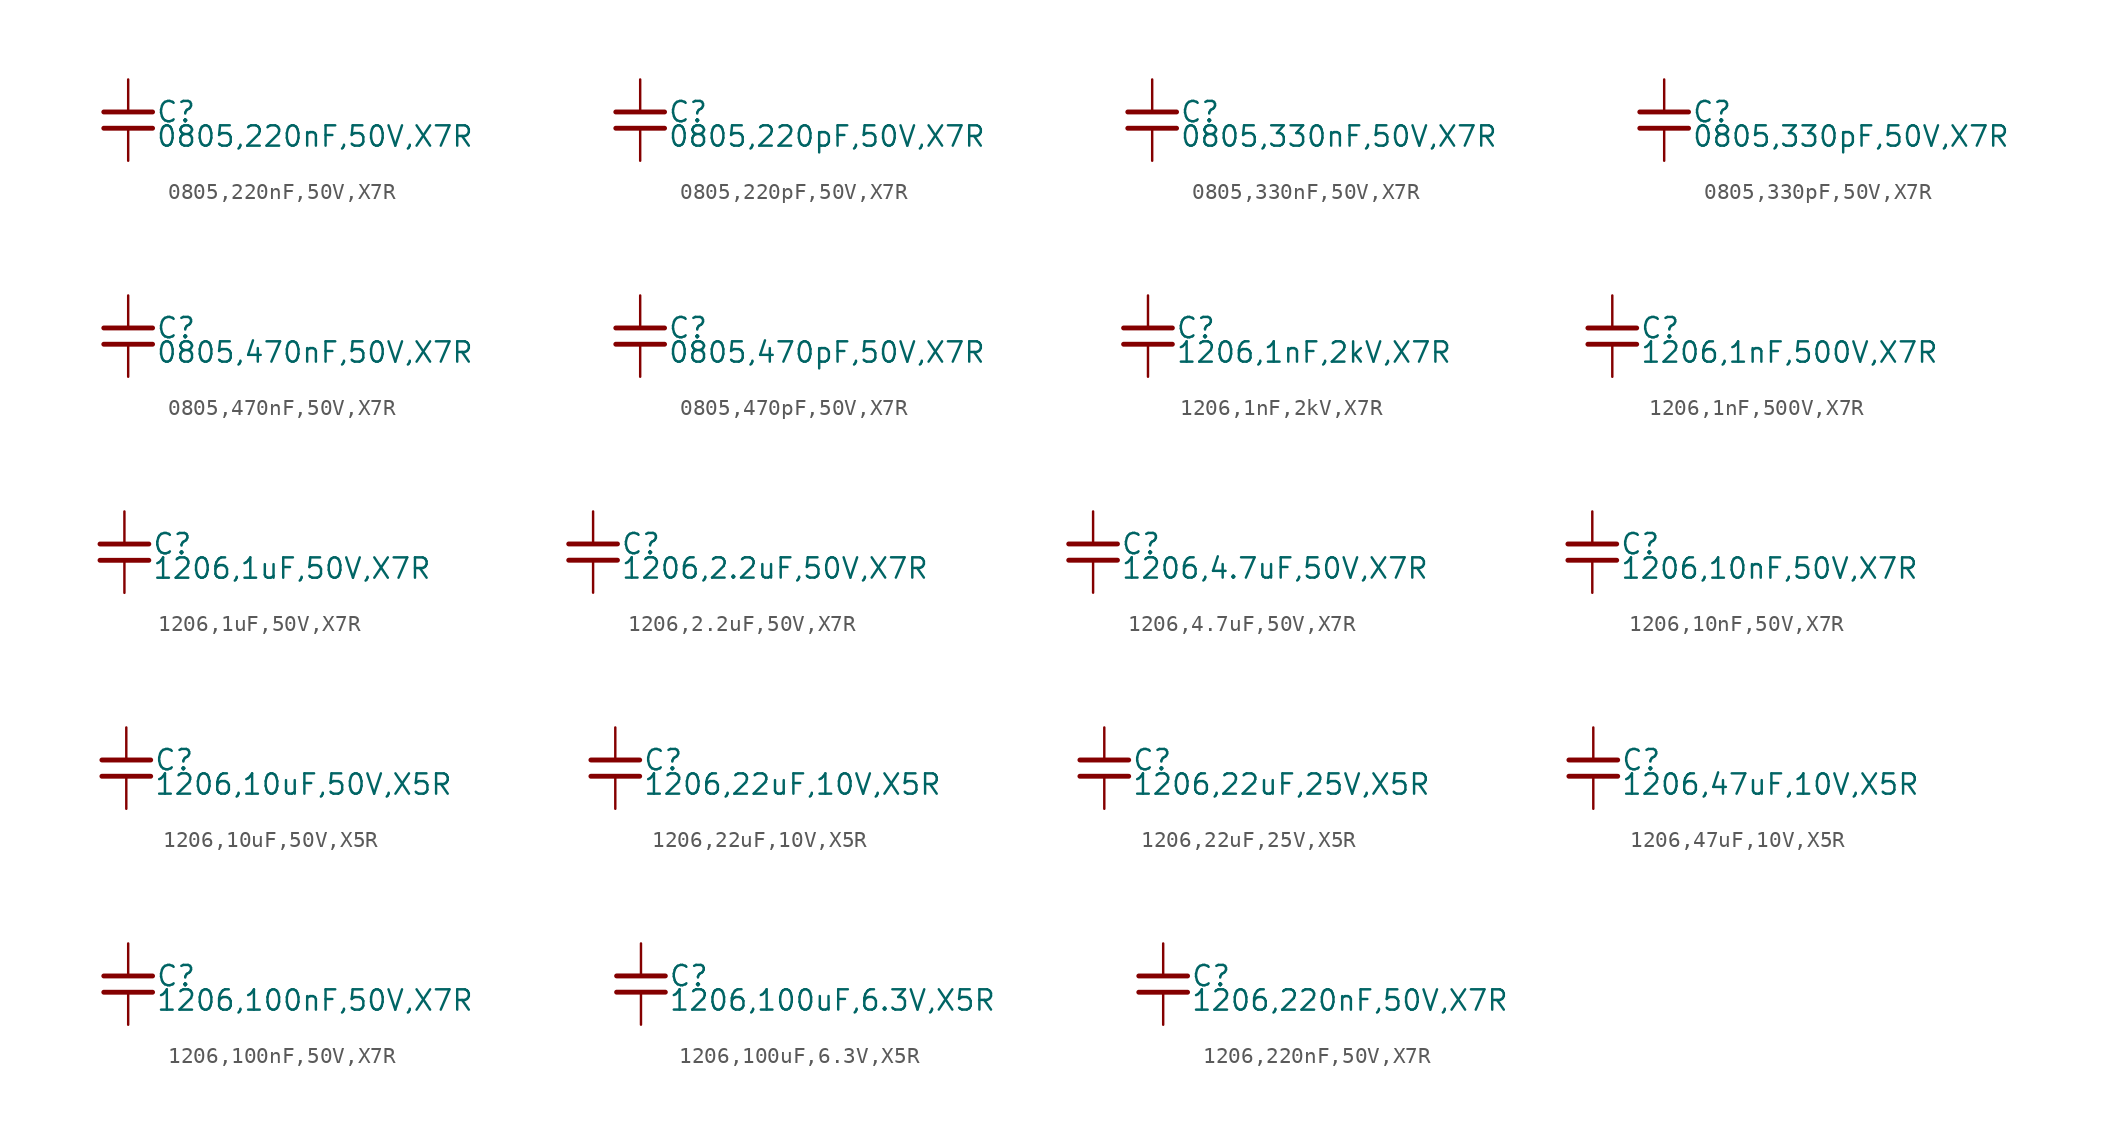
<source format=kicad_sym>
(kicad_symbol_lib
  (version 20220914)
  (generator kicad_symbol_editor)
  (symbol "0805,220nF,50V,X7R "
    (property "Reference" "C"
      (at 1.71 0.508 0)
      (effects (font (size 1.27 1.27)) (justify left)))
    (property "Value" "0805,220nF,50V,X7R "
      (at 1.71 -1.016 0)
      (effects (font (size 1.27 1.27)) (justify left)))
    (property "ki_locked" ""
      (at 0 0 0)
      (effects (font (size 1.27 1.27))))
    (symbol "0805,220nF,50V,X7R _0_0"
      (polyline (pts (xy -1.524 -0.508) (xy 1.524 -0.508)) (stroke (width 0.305) (type default)) (fill (type none)))
      (polyline (pts (xy -1.524 0.508) (xy 1.524 0.508)) (stroke (width 0.305) (type default)) (fill (type none)))
      (pin passive line (at 0 2.54 270) (length 2.032) (name "~" (effects (font (size 0 0)))) (number "1" (effects (font (size 0 0)))))
      (pin passive line (at 0 -2.54 90) (length 2.032) (name "~" (effects (font (size 0 0)))) (number "2" (effects (font (size 0 0)))))))
  (symbol "0805,220pF,50V,X7R "
    (property "Reference" "C"
      (at 1.71 0.508 0)
      (effects (font (size 1.27 1.27)) (justify left)))
    (property "Value" "0805,220pF,50V,X7R "
      (at 1.71 -1.016 0)
      (effects (font (size 1.27 1.27)) (justify left)))
    (property "ki_locked" ""
      (at 0 0 0)
      (effects (font (size 1.27 1.27))))
    (symbol "0805,220pF,50V,X7R _0_0"
      (polyline (pts (xy -1.524 -0.508) (xy 1.524 -0.508)) (stroke (width 0.305) (type default)) (fill (type none)))
      (polyline (pts (xy -1.524 0.508) (xy 1.524 0.508)) (stroke (width 0.305) (type default)) (fill (type none)))
      (pin passive line (at 0 2.54 270) (length 2.032) (name "~" (effects (font (size 0 0)))) (number "1" (effects (font (size 0 0)))))
      (pin passive line (at 0 -2.54 90) (length 2.032) (name "~" (effects (font (size 0 0)))) (number "2" (effects (font (size 0 0)))))))
  (symbol "0805,330nF,50V,X7R "
    (property "Reference" "C"
      (at 1.71 0.508 0)
      (effects (font (size 1.27 1.27)) (justify left)))
    (property "Value" "0805,330nF,50V,X7R "
      (at 1.71 -1.016 0)
      (effects (font (size 1.27 1.27)) (justify left)))
    (property "ki_locked" ""
      (at 0 0 0)
      (effects (font (size 1.27 1.27))))
    (symbol "0805,330nF,50V,X7R _0_0"
      (polyline (pts (xy -1.524 -0.508) (xy 1.524 -0.508)) (stroke (width 0.305) (type default)) (fill (type none)))
      (polyline (pts (xy -1.524 0.508) (xy 1.524 0.508)) (stroke (width 0.305) (type default)) (fill (type none)))
      (pin passive line (at 0 2.54 270) (length 2.032) (name "~" (effects (font (size 0 0)))) (number "1" (effects (font (size 0 0)))))
      (pin passive line (at 0 -2.54 90) (length 2.032) (name "~" (effects (font (size 0 0)))) (number "2" (effects (font (size 0 0)))))))
  (symbol "0805,330pF,50V,X7R "
    (property "Reference" "C"
      (at 1.71 0.508 0)
      (effects (font (size 1.27 1.27)) (justify left)))
    (property "Value" "0805,330pF,50V,X7R "
      (at 1.71 -1.016 0)
      (effects (font (size 1.27 1.27)) (justify left)))
    (property "ki_locked" ""
      (at 0 0 0)
      (effects (font (size 1.27 1.27))))
    (symbol "0805,330pF,50V,X7R _0_0"
      (polyline (pts (xy -1.524 -0.508) (xy 1.524 -0.508)) (stroke (width 0.305) (type default)) (fill (type none)))
      (polyline (pts (xy -1.524 0.508) (xy 1.524 0.508)) (stroke (width 0.305) (type default)) (fill (type none)))
      (pin passive line (at 0 2.54 270) (length 2.032) (name "~" (effects (font (size 0 0)))) (number "1" (effects (font (size 0 0)))))
      (pin passive line (at 0 -2.54 90) (length 2.032) (name "~" (effects (font (size 0 0)))) (number "2" (effects (font (size 0 0)))))))
  (symbol "0805,470nF,50V,X7R "
    (property "Reference" "C"
      (at 1.71 0.508 0)
      (effects (font (size 1.27 1.27)) (justify left)))
    (property "Value" "0805,470nF,50V,X7R "
      (at 1.71 -1.016 0)
      (effects (font (size 1.27 1.27)) (justify left)))
    (property "ki_locked" ""
      (at 0 0 0)
      (effects (font (size 1.27 1.27))))
    (symbol "0805,470nF,50V,X7R _0_0"
      (polyline (pts (xy -1.524 -0.508) (xy 1.524 -0.508)) (stroke (width 0.305) (type default)) (fill (type none)))
      (polyline (pts (xy -1.524 0.508) (xy 1.524 0.508)) (stroke (width 0.305) (type default)) (fill (type none)))
      (pin passive line (at 0 2.54 270) (length 2.032) (name "~" (effects (font (size 0 0)))) (number "1" (effects (font (size 0 0)))))
      (pin passive line (at 0 -2.54 90) (length 2.032) (name "~" (effects (font (size 0 0)))) (number "2" (effects (font (size 0 0)))))))
  (symbol "0805,470pF,50V,X7R "
    (property "Reference" "C"
      (at 1.71 0.508 0)
      (effects (font (size 1.27 1.27)) (justify left)))
    (property "Value" "0805,470pF,50V,X7R "
      (at 1.71 -1.016 0)
      (effects (font (size 1.27 1.27)) (justify left)))
    (property "ki_locked" ""
      (at 0 0 0)
      (effects (font (size 1.27 1.27))))
    (symbol "0805,470pF,50V,X7R _0_0"
      (polyline (pts (xy -1.524 -0.508) (xy 1.524 -0.508)) (stroke (width 0.305) (type default)) (fill (type none)))
      (polyline (pts (xy -1.524 0.508) (xy 1.524 0.508)) (stroke (width 0.305) (type default)) (fill (type none)))
      (pin passive line (at 0 2.54 270) (length 2.032) (name "~" (effects (font (size 0 0)))) (number "1" (effects (font (size 0 0)))))
      (pin passive line (at 0 -2.54 90) (length 2.032) (name "~" (effects (font (size 0 0)))) (number "2" (effects (font (size 0 0)))))))
  (symbol "1206,1nF,2kV,X7R "
    (property "Reference" "C"
      (at 1.71 0.508 0)
      (effects (font (size 1.27 1.27)) (justify left)))
    (property "Value" "1206,1nF,2kV,X7R "
      (at 1.71 -1.016 0)
      (effects (font (size 1.27 1.27)) (justify left)))
    (property "ki_locked" ""
      (at 0 0 0)
      (effects (font (size 1.27 1.27))))
    (symbol "1206,1nF,2kV,X7R _0_0"
      (polyline (pts (xy -1.524 -0.508) (xy 1.524 -0.508)) (stroke (width 0.305) (type default)) (fill (type none)))
      (polyline (pts (xy -1.524 0.508) (xy 1.524 0.508)) (stroke (width 0.305) (type default)) (fill (type none)))
      (pin passive line (at 0 2.54 270) (length 2.032) (name "~" (effects (font (size 0 0)))) (number "1" (effects (font (size 0 0)))))
      (pin passive line (at 0 -2.54 90) (length 2.032) (name "~" (effects (font (size 0 0)))) (number "2" (effects (font (size 0 0)))))))
  (symbol "1206,1nF,500V,X7R "
    (property "Reference" "C"
      (at 1.71 0.508 0)
      (effects (font (size 1.27 1.27)) (justify left)))
    (property "Value" "1206,1nF,500V,X7R "
      (at 1.71 -1.016 0)
      (effects (font (size 1.27 1.27)) (justify left)))
    (property "ki_locked" ""
      (at 0 0 0)
      (effects (font (size 1.27 1.27))))
    (symbol "1206,1nF,500V,X7R _0_0"
      (polyline (pts (xy -1.524 -0.508) (xy 1.524 -0.508)) (stroke (width 0.305) (type default)) (fill (type none)))
      (polyline (pts (xy -1.524 0.508) (xy 1.524 0.508)) (stroke (width 0.305) (type default)) (fill (type none)))
      (pin passive line (at 0 2.54 270) (length 2.032) (name "~" (effects (font (size 0 0)))) (number "1" (effects (font (size 0 0)))))
      (pin passive line (at 0 -2.54 90) (length 2.032) (name "~" (effects (font (size 0 0)))) (number "2" (effects (font (size 0 0)))))))
  (symbol "1206,1uF,50V,X7R "
    (property "Reference" "C"
      (at 1.71 0.508 0)
      (effects (font (size 1.27 1.27)) (justify left)))
    (property "Value" "1206,1uF,50V,X7R "
      (at 1.71 -1.016 0)
      (effects (font (size 1.27 1.27)) (justify left)))
    (symbol "1206,1uF,50V,X7R _0_0"
      (polyline (pts (xy -1.524 -0.508) (xy 1.524 -0.508)) (stroke (width 0.305) (type default)) (fill (type none)))
      (polyline (pts (xy -1.524 0.508) (xy 1.524 0.508)) (stroke (width 0.305) (type default)) (fill (type none)))
      (pin passive line (at 0 2.54 270) (length 2.032) (name "~" (effects (font (size 0 0)))) (number "1" (effects (font (size 0 0)))))
      (pin passive line (at 0 -2.54 90) (length 2.032) (name "~" (effects (font (size 0 0)))) (number "2" (effects (font (size 0 0)))))))
  (symbol "1206,2.2uF,50V,X7R "
    (property "Reference" "C"
      (at 1.71 0.508 0)
      (effects (font (size 1.27 1.27)) (justify left)))
    (property "Value" "1206,2.2uF,50V,X7R "
      (at 1.71 -1.016 0)
      (effects (font (size 1.27 1.27)) (justify left)))
    (property "ki_locked" ""
      (at 0 0 0)
      (effects (font (size 1.27 1.27))))
    (symbol "1206,2.2uF,50V,X7R _0_0"
      (polyline (pts (xy -1.524 -0.508) (xy 1.524 -0.508)) (stroke (width 0.305) (type default)) (fill (type none)))
      (polyline (pts (xy -1.524 0.508) (xy 1.524 0.508)) (stroke (width 0.305) (type default)) (fill (type none)))
      (pin passive line (at 0 2.54 270) (length 2.032) (name "~" (effects (font (size 0 0)))) (number "1" (effects (font (size 0 0)))))
      (pin passive line (at 0 -2.54 90) (length 2.032) (name "~" (effects (font (size 0 0)))) (number "2" (effects (font (size 0 0)))))))
  (symbol "1206,4.7uF,50V,X7R "
    (property "Reference" "C"
      (at 1.71 0.508 0)
      (effects (font (size 1.27 1.27)) (justify left)))
    (property "Value" "1206,4.7uF,50V,X7R "
      (at 1.71 -1.016 0)
      (effects (font (size 1.27 1.27)) (justify left)))
    (property "ki_locked" ""
      (at 0 0 0)
      (effects (font (size 1.27 1.27))))
    (symbol "1206,4.7uF,50V,X7R _0_0"
      (polyline (pts (xy -1.524 -0.508) (xy 1.524 -0.508)) (stroke (width 0.305) (type default)) (fill (type none)))
      (polyline (pts (xy -1.524 0.508) (xy 1.524 0.508)) (stroke (width 0.305) (type default)) (fill (type none)))
      (pin passive line (at 0 2.54 270) (length 2.032) (name "~" (effects (font (size 0 0)))) (number "1" (effects (font (size 0 0)))))
      (pin passive line (at 0 -2.54 90) (length 2.032) (name "~" (effects (font (size 0 0)))) (number "2" (effects (font (size 0 0)))))))
  (symbol "1206,10nF,50V,X7R "
    (property "Reference" "C"
      (at 1.71 0.508 0)
      (effects (font (size 1.27 1.27)) (justify left)))
    (property "Value" "1206,10nF,50V,X7R "
      (at 1.71 -1.016 0)
      (effects (font (size 1.27 1.27)) (justify left)))
    (property "ki_locked" ""
      (at 0 0 0)
      (effects (font (size 1.27 1.27))))
    (symbol "1206,10nF,50V,X7R _0_0"
      (polyline (pts (xy -1.524 -0.508) (xy 1.524 -0.508)) (stroke (width 0.305) (type default)) (fill (type none)))
      (polyline (pts (xy -1.524 0.508) (xy 1.524 0.508)) (stroke (width 0.305) (type default)) (fill (type none)))
      (pin passive line (at 0 2.54 270) (length 2.032) (name "~" (effects (font (size 0 0)))) (number "1" (effects (font (size 0 0)))))
      (pin passive line (at 0 -2.54 90) (length 2.032) (name "~" (effects (font (size 0 0)))) (number "2" (effects (font (size 0 0)))))))
  (symbol "1206,10uF,50V,X5R "
    (property "Reference" "C"
      (at 1.71 0.508 0)
      (effects (font (size 1.27 1.27)) (justify left)))
    (property "Value" "1206,10uF,50V,X5R "
      (at 1.71 -1.016 0)
      (effects (font (size 1.27 1.27)) (justify left)))
    (property "ki_locked" ""
      (at 0 0 0)
      (effects (font (size 1.27 1.27))))
    (symbol "1206,10uF,50V,X5R _0_0"
      (polyline (pts (xy -1.524 -0.508) (xy 1.524 -0.508)) (stroke (width 0.305) (type default)) (fill (type none)))
      (polyline (pts (xy -1.524 0.508) (xy 1.524 0.508)) (stroke (width 0.305) (type default)) (fill (type none)))
      (pin passive line (at 0 2.54 270) (length 2.032) (name "~" (effects (font (size 0 0)))) (number "1" (effects (font (size 0 0)))))
      (pin passive line (at 0 -2.54 90) (length 2.032) (name "~" (effects (font (size 0 0)))) (number "2" (effects (font (size 0 0)))))))
  (symbol "1206,22uF,10V,X5R "
    (property "Reference" "C"
      (at 1.71 0.508 0)
      (effects (font (size 1.27 1.27)) (justify left)))
    (property "Value" "1206,22uF,10V,X5R "
      (at 1.71 -1.016 0)
      (effects (font (size 1.27 1.27)) (justify left)))
    (property "ki_locked" ""
      (at 0 0 0)
      (effects (font (size 1.27 1.27))))
    (symbol "1206,22uF,10V,X5R _0_0"
      (polyline (pts (xy -1.524 -0.508) (xy 1.524 -0.508)) (stroke (width 0.305) (type default)) (fill (type none)))
      (polyline (pts (xy -1.524 0.508) (xy 1.524 0.508)) (stroke (width 0.305) (type default)) (fill (type none)))
      (pin passive line (at 0 2.54 270) (length 2.032) (name "~" (effects (font (size 0 0)))) (number "1" (effects (font (size 0 0)))))
      (pin passive line (at 0 -2.54 90) (length 2.032) (name "~" (effects (font (size 0 0)))) (number "2" (effects (font (size 0 0)))))))
  (symbol "1206,22uF,25V,X5R "
    (property "Reference" "C"
      (at 1.71 0.508 0)
      (effects (font (size 1.27 1.27)) (justify left)))
    (property "Value" "1206,22uF,25V,X5R "
      (at 1.71 -1.016 0)
      (effects (font (size 1.27 1.27)) (justify left)))
    (property "ki_locked" ""
      (at 0 0 0)
      (effects (font (size 1.27 1.27))))
    (symbol "1206,22uF,25V,X5R _0_0"
      (polyline (pts (xy -1.524 -0.508) (xy 1.524 -0.508)) (stroke (width 0.305) (type default)) (fill (type none)))
      (polyline (pts (xy -1.524 0.508) (xy 1.524 0.508)) (stroke (width 0.305) (type default)) (fill (type none)))
      (pin passive line (at 0 2.54 270) (length 2.032) (name "~" (effects (font (size 0 0)))) (number "1" (effects (font (size 0 0)))))
      (pin passive line (at 0 -2.54 90) (length 2.032) (name "~" (effects (font (size 0 0)))) (number "2" (effects (font (size 0 0)))))))
  (symbol "1206,47uF,10V,X5R "
    (property "Reference" "C"
      (at 1.71 0.508 0)
      (effects (font (size 1.27 1.27)) (justify left)))
    (property "Value" "1206,47uF,10V,X5R "
      (at 1.71 -1.016 0)
      (effects (font (size 1.27 1.27)) (justify left)))
    (property "ki_locked" ""
      (at 0 0 0)
      (effects (font (size 1.27 1.27))))
    (symbol "1206,47uF,10V,X5R _0_0"
      (polyline (pts (xy -1.524 -0.508) (xy 1.524 -0.508)) (stroke (width 0.305) (type default)) (fill (type none)))
      (polyline (pts (xy -1.524 0.508) (xy 1.524 0.508)) (stroke (width 0.305) (type default)) (fill (type none)))
      (pin passive line (at 0 2.54 270) (length 2.032) (name "~" (effects (font (size 0 0)))) (number "1" (effects (font (size 0 0)))))
      (pin passive line (at 0 -2.54 90) (length 2.032) (name "~" (effects (font (size 0 0)))) (number "2" (effects (font (size 0 0)))))))
  (symbol "1206,100nF,50V,X7R "
    (property "Reference" "C"
      (at 1.71 0.508 0)
      (effects (font (size 1.27 1.27)) (justify left)))
    (property "Value" "1206,100nF,50V,X7R "
      (at 1.71 -1.016 0)
      (effects (font (size 1.27 1.27)) (justify left)))
    (property "ki_locked" ""
      (at 0 0 0)
      (effects (font (size 1.27 1.27))))
    (symbol "1206,100nF,50V,X7R _0_0"
      (polyline (pts (xy -1.524 -0.508) (xy 1.524 -0.508)) (stroke (width 0.305) (type default)) (fill (type none)))
      (polyline (pts (xy -1.524 0.508) (xy 1.524 0.508)) (stroke (width 0.305) (type default)) (fill (type none)))
      (pin passive line (at 0 2.54 270) (length 2.032) (name "~" (effects (font (size 0 0)))) (number "1" (effects (font (size 0 0)))))
      (pin passive line (at 0 -2.54 90) (length 2.032) (name "~" (effects (font (size 0 0)))) (number "2" (effects (font (size 0 0)))))))
  (symbol "1206,100uF,6.3V,X5R "
    (property "Reference" "C"
      (at 1.71 0.508 0)
      (effects (font (size 1.27 1.27)) (justify left)))
    (property "Value" "1206,100uF,6.3V,X5R "
      (at 1.71 -1.016 0)
      (effects (font (size 1.27 1.27)) (justify left)))
    (property "ki_locked" ""
      (at 0 0 0)
      (effects (font (size 1.27 1.27))))
    (symbol "1206,100uF,6.3V,X5R _0_0"
      (polyline (pts (xy -1.524 -0.508) (xy 1.524 -0.508)) (stroke (width 0.305) (type default)) (fill (type none)))
      (polyline (pts (xy -1.524 0.508) (xy 1.524 0.508)) (stroke (width 0.305) (type default)) (fill (type none)))
      (pin passive line (at 0 2.54 270) (length 2.032) (name "~" (effects (font (size 0 0)))) (number "1" (effects (font (size 0 0)))))
      (pin passive line (at 0 -2.54 90) (length 2.032) (name "~" (effects (font (size 0 0)))) (number "2" (effects (font (size 0 0)))))))
  (symbol "1206,220nF,50V,X7R "
    (property "Reference" "C"
      (at 1.71 0.508 0)
      (effects (font (size 1.27 1.27)) (justify left)))
    (property "Value" "1206,220nF,50V,X7R "
      (at 1.71 -1.016 0)
      (effects (font (size 1.27 1.27)) (justify left)))
    (property "ki_locked" ""
      (at 0 0 0)
      (effects (font (size 1.27 1.27))))
    (symbol "1206,220nF,50V,X7R _0_0"
      (polyline (pts (xy -1.524 -0.508) (xy 1.524 -0.508)) (stroke (width 0.305) (type default)) (fill (type none)))
      (polyline (pts (xy -1.524 0.508) (xy 1.524 0.508)) (stroke (width 0.305) (type default)) (fill (type none)))
      (pin passive line (at 0 2.54 270) (length 2.032) (name "~" (effects (font (size 0 0)))) (number "1" (effects (font (size 0 0)))))
      (pin passive line (at 0 -2.54 90) (length 2.032) (name "~" (effects (font (size 0 0)))) (number "2" (effects (font (size 0 0))))))))
</source>
